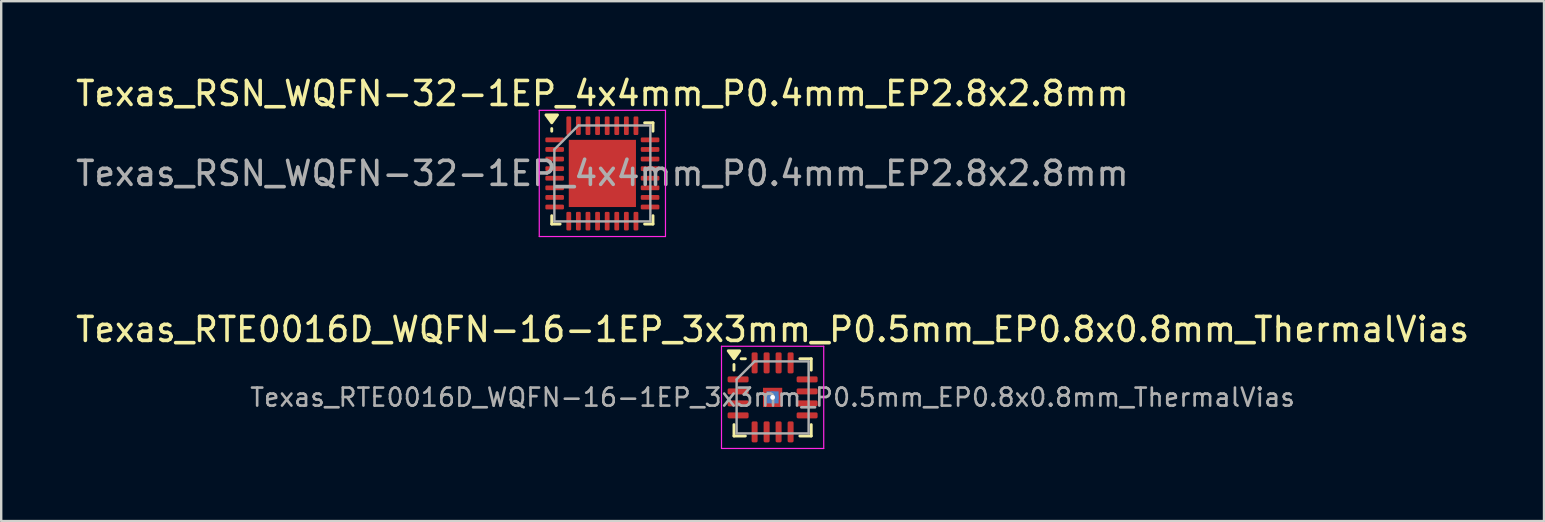
<source format=kicad_pcb>
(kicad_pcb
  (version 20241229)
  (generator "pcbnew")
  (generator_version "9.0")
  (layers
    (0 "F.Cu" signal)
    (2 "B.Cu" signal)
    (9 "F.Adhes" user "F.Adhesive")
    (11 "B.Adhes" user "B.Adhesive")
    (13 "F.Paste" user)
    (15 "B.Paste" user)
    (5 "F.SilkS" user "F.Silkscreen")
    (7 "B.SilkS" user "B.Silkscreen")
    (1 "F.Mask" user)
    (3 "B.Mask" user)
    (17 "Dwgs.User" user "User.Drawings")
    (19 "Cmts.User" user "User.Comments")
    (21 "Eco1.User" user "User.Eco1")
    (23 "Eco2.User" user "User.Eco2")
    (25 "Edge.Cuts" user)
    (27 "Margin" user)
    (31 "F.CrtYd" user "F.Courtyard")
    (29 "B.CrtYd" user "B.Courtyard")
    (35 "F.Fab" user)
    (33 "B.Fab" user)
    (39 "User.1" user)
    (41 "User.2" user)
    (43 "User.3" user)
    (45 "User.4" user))
  (footprint "Texas_RTE0016D_WQFN-16-1EP_3x3mm_P0.5mm_EP0.8x0.8mm_ThermalVias"
    (layer "F.Cu")
    (at 29.149 13.511)
    (property "Reference" "Texas_RTE0016D_WQFN-16-1EP_3x3mm_P0.5mm_EP0.8x0.8mm_ThermalVias" (at 0 -2.83 0) (layer "F.SilkS") (effects (font (size 1 1) (thickness 0.15))))
    (attr smd)
    (fp_line (start -1.61 -1.135) (end -1.61 -1.37) (stroke (width 0.12) (type solid)) (layer "F.SilkS"))
    (fp_line (start -1.61 1.61) (end -1.61 1.135) (stroke (width 0.12) (type solid)) (layer "F.SilkS"))
    (fp_line (start -1.135 -1.61) (end -1.31 -1.61) (stroke (width 0.12) (type solid)) (layer "F.SilkS"))
    (fp_line (start -1.135 1.61) (end -1.61 1.61) (stroke (width 0.12) (type solid)) (layer "F.SilkS"))
    (fp_line (start 1.135 -1.61) (end 1.61 -1.61) (stroke (width 0.12) (type solid)) (layer "F.SilkS"))
    (fp_line (start 1.135 1.61) (end 1.61 1.61) (stroke (width 0.12) (type solid)) (layer "F.SilkS"))
    (fp_line (start 1.61 -1.61) (end 1.61 -1.135) (stroke (width 0.12) (type solid)) (layer "F.SilkS"))
    (fp_line (start 1.61 1.61) (end 1.61 1.135) (stroke (width 0.12) (type solid)) (layer "F.SilkS"))
    (fp_poly (pts (xy -1.61 -1.61) (xy -1.85 -1.94) (xy -1.37 -1.94) (xy -1.61 -1.61)) (stroke (width 0.12) (type solid)) (fill yes) (layer "F.SilkS"))
    (fp_line (start -2.13 -2.13) (end -2.13 2.13) (stroke (width 0.05) (type solid)) (layer "F.CrtYd"))
    (fp_line (start -2.13 2.13) (end 2.13 2.13) (stroke (width 0.05) (type solid)) (layer "F.CrtYd"))
    (fp_line (start 2.13 -2.13) (end -2.13 -2.13) (stroke (width 0.05) (type solid)) (layer "F.CrtYd"))
    (fp_line (start 2.13 2.13) (end 2.13 -2.13) (stroke (width 0.05) (type solid)) (layer "F.CrtYd"))
    (fp_line (start -1.5 -0.75) (end -0.75 -1.5) (stroke (width 0.1) (type solid)) (layer "F.Fab"))
    (fp_line (start -1.5 1.5) (end -1.5 -0.75) (stroke (width 0.1) (type solid)) (layer "F.Fab"))
    (fp_line (start -0.75 -1.5) (end 1.5 -1.5) (stroke (width 0.1) (type solid)) (layer "F.Fab"))
    (fp_line (start 1.5 -1.5) (end 1.5 1.5) (stroke (width 0.1) (type solid)) (layer "F.Fab"))
    (fp_line (start 1.5 1.5) (end -1.5 1.5) (stroke (width 0.1) (type solid)) (layer "F.Fab"))
    (fp_text user "${REFERENCE}" (at 0 0 0) (layer "F.Fab") (effects (font (size 0.75 0.75) (thickness 0.11))))
    (pad "" smd roundrect (at 0 0) (size 0.76 0.76) (layers "F.Paste") (roundrect_rratio 0.25))
    (pad "1" smd roundrect (at -1.438 -0.75) (size 0.875 0.25) (layers "F.Cu" "F.Mask" "F.Paste") (roundrect_rratio 0.25))
    (pad "2" smd roundrect (at -1.438 -0.25) (size 0.875 0.25) (layers "F.Cu" "F.Mask" "F.Paste") (roundrect_rratio 0.25))
    (pad "3" smd roundrect (at -1.438 0.25) (size 0.875 0.25) (layers "F.Cu" "F.Mask" "F.Paste") (roundrect_rratio 0.25))
    (pad "4" smd roundrect (at -1.438 0.75) (size 0.875 0.25) (layers "F.Cu" "F.Mask" "F.Paste") (roundrect_rratio 0.25))
    (pad "5" smd roundrect (at -0.75 1.438) (size 0.25 0.875) (layers "F.Cu" "F.Mask" "F.Paste") (roundrect_rratio 0.25))
    (pad "6" smd roundrect (at -0.25 1.438) (size 0.25 0.875) (layers "F.Cu" "F.Mask" "F.Paste") (roundrect_rratio 0.25))
    (pad "7" smd roundrect (at 0.25 1.438) (size 0.25 0.875) (layers "F.Cu" "F.Mask" "F.Paste") (roundrect_rratio 0.25))
    (pad "8" smd roundrect (at 0.75 1.438) (size 0.25 0.875) (layers "F.Cu" "F.Mask" "F.Paste") (roundrect_rratio 0.25))
    (pad "9" smd roundrect (at 1.438 0.75) (size 0.875 0.25) (layers "F.Cu" "F.Mask" "F.Paste") (roundrect_rratio 0.25))
    (pad "10" smd roundrect (at 1.438 0.25) (size 0.875 0.25) (layers "F.Cu" "F.Mask" "F.Paste") (roundrect_rratio 0.25))
    (pad "11" smd roundrect (at 1.438 -0.25) (size 0.875 0.25) (layers "F.Cu" "F.Mask" "F.Paste") (roundrect_rratio 0.25))
    (pad "12" smd roundrect (at 1.438 -0.75) (size 0.875 0.25) (layers "F.Cu" "F.Mask" "F.Paste") (roundrect_rratio 0.25))
    (pad "13" smd roundrect (at 0.75 -1.438) (size 0.25 0.875) (layers "F.Cu" "F.Mask" "F.Paste") (roundrect_rratio 0.25))
    (pad "14" smd roundrect (at 0.25 -1.438) (size 0.25 0.875) (layers "F.Cu" "F.Mask" "F.Paste") (roundrect_rratio 0.25))
    (pad "15" smd roundrect (at -0.25 -1.438) (size 0.25 0.875) (layers "F.Cu" "F.Mask" "F.Paste") (roundrect_rratio 0.25))
    (pad "16" smd roundrect (at -0.75 -1.438) (size 0.25 0.875) (layers "F.Cu" "F.Mask" "F.Paste") (roundrect_rratio 0.25))
    (pad "17" thru_hole circle (at 0 0) (size 0.5 0.5) (drill 0.2) (property pad_prop_heatsink) (layers "*.Cu"))
    (pad "17" smd rect (at 0 0) (size 0.5 0.5) (property pad_prop_heatsink) (layers "B.Cu"))
    (pad "17" smd rect (at 0 0) (size 0.8 0.8) (property pad_prop_heatsink) (layers "F.Cu" "F.Mask")))
  (footprint "Texas_RSN_WQFN-32-1EP_4x4mm_P0.4mm_EP2.8x2.8mm"
    (layer "F.Cu")
    (at 22.054 4.178)
    (property "Reference" "Texas_RSN_WQFN-32-1EP_4x4mm_P0.4mm_EP2.8x2.8mm" (at 0 -3.33 0) (layer "F.SilkS") (effects (font (size 1 1) (thickness 0.15))))
    (attr smd)
    (fp_line (start -2.11 -1.76) (end -2.11 -1.87) (stroke (width 0.12) (type solid)) (layer "F.SilkS"))
    (fp_line (start -2.11 2.11) (end -2.11 1.76) (stroke (width 0.12) (type solid)) (layer "F.SilkS"))
    (fp_line (start -1.76 2.11) (end -2.11 2.11) (stroke (width 0.12) (type solid)) (layer "F.SilkS"))
    (fp_line (start 1.76 -2.11) (end 2.11 -2.11) (stroke (width 0.12) (type solid)) (layer "F.SilkS"))
    (fp_line (start 1.76 2.11) (end 2.11 2.11) (stroke (width 0.12) (type solid)) (layer "F.SilkS"))
    (fp_line (start 2.11 -2.11) (end 2.11 -1.76) (stroke (width 0.12) (type solid)) (layer "F.SilkS"))
    (fp_line (start 2.11 2.11) (end 2.11 1.76) (stroke (width 0.12) (type solid)) (layer "F.SilkS"))
    (fp_poly (pts (xy -2.11 -2.11) (xy -2.35 -2.44) (xy -1.87 -2.44) (xy -2.11 -2.11)) (stroke (width 0.12) (type solid)) (fill yes) (layer "F.SilkS"))
    (fp_line (start -2.63 -2.63) (end -2.63 2.63) (stroke (width 0.05) (type solid)) (layer "F.CrtYd"))
    (fp_line (start -2.63 2.63) (end 2.63 2.63) (stroke (width 0.05) (type solid)) (layer "F.CrtYd"))
    (fp_line (start 2.63 -2.63) (end -2.63 -2.63) (stroke (width 0.05) (type solid)) (layer "F.CrtYd"))
    (fp_line (start 2.63 2.63) (end 2.63 -2.63) (stroke (width 0.05) (type solid)) (layer "F.CrtYd"))
    (fp_line (start -2 -1) (end -1 -2) (stroke (width 0.1) (type solid)) (layer "F.Fab"))
    (fp_line (start -2 2) (end -2 -1) (stroke (width 0.1) (type solid)) (layer "F.Fab"))
    (fp_line (start -1 -2) (end 2 -2) (stroke (width 0.1) (type solid)) (layer "F.Fab"))
    (fp_line (start 2 -2) (end 2 2) (stroke (width 0.1) (type solid)) (layer "F.Fab"))
    (fp_line (start 2 2) (end -2 2) (stroke (width 0.1) (type solid)) (layer "F.Fab"))
    (fp_text user "${REFERENCE}" (at 0 0 0) (layer "F.Fab") (effects (font (size 1 1) (thickness 0.15))))
    (pad "" smd roundrect (at -0.7 -0.7) (size 1.13 1.13) (layers "F.Paste") (roundrect_rratio 0.221))
    (pad "" smd roundrect (at -0.7 0.7) (size 1.13 1.13) (layers "F.Paste") (roundrect_rratio 0.221))
    (pad "" smd roundrect (at 0.7 -0.7) (size 1.13 1.13) (layers "F.Paste") (roundrect_rratio 0.221))
    (pad "" smd roundrect (at 0.7 0.7) (size 1.13 1.13) (layers "F.Paste") (roundrect_rratio 0.221))
    (pad "1" smd roundrect (at -1.988 -1.4) (size 0.775 0.2) (layers "F.Cu" "F.Mask" "F.Paste") (roundrect_rratio 0.25))
    (pad "2" smd roundrect (at -1.988 -1) (size 0.775 0.2) (layers "F.Cu" "F.Mask" "F.Paste") (roundrect_rratio 0.25))
    (pad "3" smd roundrect (at -1.988 -0.6) (size 0.775 0.2) (layers "F.Cu" "F.Mask" "F.Paste") (roundrect_rratio 0.25))
    (pad "4" smd roundrect (at -1.988 -0.2) (size 0.775 0.2) (layers "F.Cu" "F.Mask" "F.Paste") (roundrect_rratio 0.25))
    (pad "5" smd roundrect (at -1.988 0.2) (size 0.775 0.2) (layers "F.Cu" "F.Mask" "F.Paste") (roundrect_rratio 0.25))
    (pad "6" smd roundrect (at -1.988 0.6) (size 0.775 0.2) (layers "F.Cu" "F.Mask" "F.Paste") (roundrect_rratio 0.25))
    (pad "7" smd roundrect (at -1.988 1) (size 0.775 0.2) (layers "F.Cu" "F.Mask" "F.Paste") (roundrect_rratio 0.25))
    (pad "8" smd roundrect (at -1.988 1.4) (size 0.775 0.2) (layers "F.Cu" "F.Mask" "F.Paste") (roundrect_rratio 0.25))
    (pad "9" smd roundrect (at -1.4 1.988) (size 0.2 0.775) (layers "F.Cu" "F.Mask" "F.Paste") (roundrect_rratio 0.25))
    (pad "10" smd roundrect (at -1 1.988) (size 0.2 0.775) (layers "F.Cu" "F.Mask" "F.Paste") (roundrect_rratio 0.25))
    (pad "11" smd roundrect (at -0.6 1.988) (size 0.2 0.775) (layers "F.Cu" "F.Mask" "F.Paste") (roundrect_rratio 0.25))
    (pad "12" smd roundrect (at -0.2 1.988) (size 0.2 0.775) (layers "F.Cu" "F.Mask" "F.Paste") (roundrect_rratio 0.25))
    (pad "13" smd roundrect (at 0.2 1.988) (size 0.2 0.775) (layers "F.Cu" "F.Mask" "F.Paste") (roundrect_rratio 0.25))
    (pad "14" smd roundrect (at 0.6 1.988) (size 0.2 0.775) (layers "F.Cu" "F.Mask" "F.Paste") (roundrect_rratio 0.25))
    (pad "15" smd roundrect (at 1 1.988) (size 0.2 0.775) (layers "F.Cu" "F.Mask" "F.Paste") (roundrect_rratio 0.25))
    (pad "16" smd roundrect (at 1.4 1.988) (size 0.2 0.775) (layers "F.Cu" "F.Mask" "F.Paste") (roundrect_rratio 0.25))
    (pad "17" smd roundrect (at 1.988 1.4) (size 0.775 0.2) (layers "F.Cu" "F.Mask" "F.Paste") (roundrect_rratio 0.25))
    (pad "18" smd roundrect (at 1.988 1) (size 0.775 0.2) (layers "F.Cu" "F.Mask" "F.Paste") (roundrect_rratio 0.25))
    (pad "19" smd roundrect (at 1.988 0.6) (size 0.775 0.2) (layers "F.Cu" "F.Mask" "F.Paste") (roundrect_rratio 0.25))
    (pad "20" smd roundrect (at 1.988 0.2) (size 0.775 0.2) (layers "F.Cu" "F.Mask" "F.Paste") (roundrect_rratio 0.25))
    (pad "21" smd roundrect (at 1.988 -0.2) (size 0.775 0.2) (layers "F.Cu" "F.Mask" "F.Paste") (roundrect_rratio 0.25))
    (pad "22" smd roundrect (at 1.988 -0.6) (size 0.775 0.2) (layers "F.Cu" "F.Mask" "F.Paste") (roundrect_rratio 0.25))
    (pad "23" smd roundrect (at 1.988 -1) (size 0.775 0.2) (layers "F.Cu" "F.Mask" "F.Paste") (roundrect_rratio 0.25))
    (pad "24" smd roundrect (at 1.988 -1.4) (size 0.775 0.2) (layers "F.Cu" "F.Mask" "F.Paste") (roundrect_rratio 0.25))
    (pad "25" smd roundrect (at 1.4 -1.988) (size 0.2 0.775) (layers "F.Cu" "F.Mask" "F.Paste") (roundrect_rratio 0.25))
    (pad "26" smd roundrect (at 1 -1.988) (size 0.2 0.775) (layers "F.Cu" "F.Mask" "F.Paste") (roundrect_rratio 0.25))
    (pad "27" smd roundrect (at 0.6 -1.988) (size 0.2 0.775) (layers "F.Cu" "F.Mask" "F.Paste") (roundrect_rratio 0.25))
    (pad "28" smd roundrect (at 0.2 -1.988) (size 0.2 0.775) (layers "F.Cu" "F.Mask" "F.Paste") (roundrect_rratio 0.25))
    (pad "29" smd roundrect (at -0.2 -1.988) (size 0.2 0.775) (layers "F.Cu" "F.Mask" "F.Paste") (roundrect_rratio 0.25))
    (pad "30" smd roundrect (at -0.6 -1.988) (size 0.2 0.775) (layers "F.Cu" "F.Mask" "F.Paste") (roundrect_rratio 0.25))
    (pad "31" smd roundrect (at -1 -1.988) (size 0.2 0.775) (layers "F.Cu" "F.Mask" "F.Paste") (roundrect_rratio 0.25))
    (pad "32" smd roundrect (at -1.4 -1.988) (size 0.2 0.775) (layers "F.Cu" "F.Mask" "F.Paste") (roundrect_rratio 0.25))
    (pad "33" smd rect (at 0 0) (size 2.8 2.8) (property pad_prop_heatsink) (layers "F.Cu" "F.Mask")))
  (gr_rect
    (start -3 -3)
    (end 61.298 18.666)
    (stroke (width 0.1) (type default))
    (fill no)
    (layer "Edge.Cuts")))
</source>
